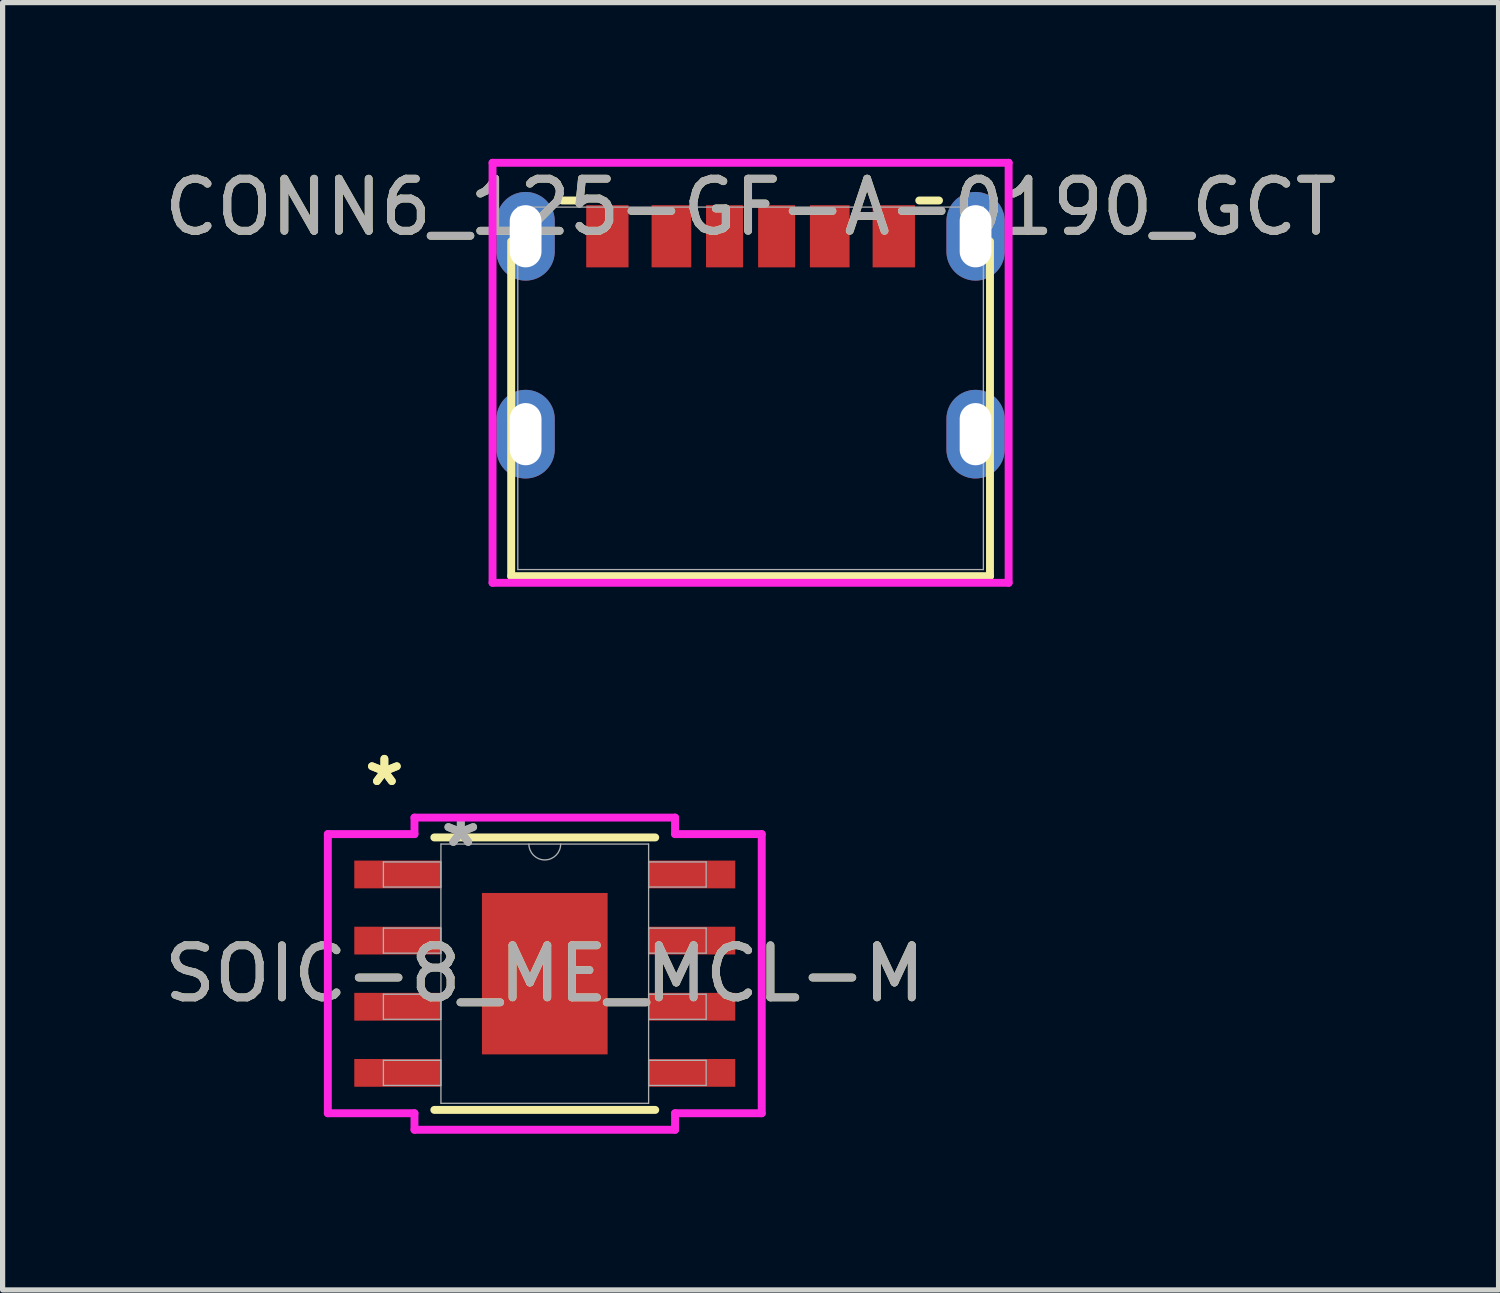
<source format=kicad_pcb>
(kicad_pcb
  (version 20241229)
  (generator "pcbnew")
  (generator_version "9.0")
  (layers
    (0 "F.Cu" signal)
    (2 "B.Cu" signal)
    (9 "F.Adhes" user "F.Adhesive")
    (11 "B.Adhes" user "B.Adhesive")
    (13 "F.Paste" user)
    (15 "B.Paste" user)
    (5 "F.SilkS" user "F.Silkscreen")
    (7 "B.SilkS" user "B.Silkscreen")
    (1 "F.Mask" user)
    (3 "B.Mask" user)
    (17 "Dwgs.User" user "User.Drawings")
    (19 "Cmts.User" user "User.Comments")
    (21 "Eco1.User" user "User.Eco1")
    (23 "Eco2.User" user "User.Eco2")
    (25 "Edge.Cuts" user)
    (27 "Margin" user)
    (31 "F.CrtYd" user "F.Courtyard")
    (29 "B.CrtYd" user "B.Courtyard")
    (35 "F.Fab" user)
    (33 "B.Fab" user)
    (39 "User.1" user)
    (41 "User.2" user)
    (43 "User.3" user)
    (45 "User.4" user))
  (footprint "CONN6_125-GF-A-0190_GCT"
    (layer "F.Cu")
    (at 8.613 1.487)
    (property "Reference" "CONN6_125-GF-A-0190_GCT" (at 2.75 -0.56 0) (unlocked yes) (layer "F.SilkS") (effects (font (size 1 1) (thickness 0.15))))
    (attr smd)
    (fp_line (start -1.847 0.098) (end -1.847 6.527) (stroke (width 0.152) (type solid)) (layer "F.SilkS"))
    (fp_line (start -1.847 6.527) (end 7.347 6.527) (stroke (width 0.152) (type solid)) (layer "F.SilkS"))
    (fp_line (start -0.489 -0.687) (end -0.868 -0.687) (stroke (width 0.152) (type solid)) (layer "F.SilkS"))
    (fp_line (start 6.368 -0.687) (end 5.989 -0.687) (stroke (width 0.152) (type solid)) (layer "F.SilkS"))
    (fp_line (start 7.347 6.527) (end 7.347 0.098) (stroke (width 0.152) (type solid)) (layer "F.SilkS"))
    (fp_line (start -2.205 -1.411) (end -2.205 6.654) (stroke (width 0.152) (type solid)) (layer "F.CrtYd"))
    (fp_line (start -2.205 6.654) (end 7.705 6.654) (stroke (width 0.152) (type solid)) (layer "F.CrtYd"))
    (fp_line (start 7.705 -1.411) (end -2.205 -1.411) (stroke (width 0.152) (type solid)) (layer "F.CrtYd"))
    (fp_line (start 7.705 6.654) (end 7.705 -1.411) (stroke (width 0.152) (type solid)) (layer "F.CrtYd"))
    (fp_line (start -1.72 -0.56) (end -1.72 6.4) (stroke (width 0.025) (type solid)) (layer "F.Fab"))
    (fp_line (start -1.72 6.4) (end 7.22 6.4) (stroke (width 0.025) (type solid)) (layer "F.Fab"))
    (fp_line (start 7.22 -0.56) (end -1.72 -0.56) (stroke (width 0.025) (type solid)) (layer "F.Fab"))
    (fp_line (start 7.22 6.4) (end 7.22 -0.56) (stroke (width 0.025) (type solid)) (layer "F.Fab"))
    (fp_text user "${REFERENCE}" (at 2.75 -0.56 0) (unlocked yes) (layer "F.Fab") (effects (font (size 1 1) (thickness 0.15))))
    (pad "A5" smd rect (at 2.25 0) (size 0.711 1.194) (layers "F.Cu" "F.Mask" "F.Paste"))
    (pad "A9" smd rect (at 4.27 0) (size 0.762 1.194) (layers "F.Cu" "F.Mask" "F.Paste"))
    (pad "A12" smd rect (at 5.5 0) (size 0.813 1.194) (layers "F.Cu" "F.Mask" "F.Paste"))
    (pad "B5" smd rect (at 3.25 0) (size 0.711 1.194) (layers "F.Cu" "F.Mask" "F.Paste"))
    (pad "B9" smd rect (at 1.23 0) (size 0.762 1.194) (layers "F.Cu" "F.Mask" "F.Paste"))
    (pad "B12" smd rect (at 0 0) (size 0.813 1.194) (layers "F.Cu" "F.Mask" "F.Paste"))
    (pad "S1" thru_hole oval (at -1.57 0 90) (size 1.702 1.118) (drill oval 1.194 0.61) (layers "*.Cu" "*.Mask"))
    (pad "S1" thru_hole oval (at -1.57 3.8 90) (size 1.702 1.118) (drill oval 1.194 0.61) (layers "*.Cu" "*.Mask"))
    (pad "S1" thru_hole oval (at 7.07 0 90) (size 1.702 1.118) (drill oval 1.194 0.61) (layers "*.Cu" "*.Mask"))
    (pad "S1" thru_hole oval (at 7.07 3.8 90) (size 1.702 1.118) (drill oval 1.194 0.61) (layers "*.Cu" "*.Mask")))
  (footprint "SOIC-8_ME_MCL-M"
    (layer "F.Cu")
    (at 7.411 15.647)
    (property "Reference" "SOIC-8_ME_MCL-M" (at 0 0 0) (unlocked yes) (layer "F.SilkS") (effects (font (size 1 1) (thickness 0.15))))
    (attr smd)
    (fp_line (start -2.121 2.616) (end 2.121 2.616) (stroke (width 0.152) (type solid)) (layer "F.SilkS"))
    (fp_line (start 2.121 -2.616) (end -2.121 -2.616) (stroke (width 0.152) (type solid)) (layer "F.SilkS"))
    (fp_poly (pts (xy -1.107 -1.449) (xy -1.107 -0.1) (xy 1.107 -0.1) (xy 1.107 -1.449)) (stroke (width 0) (type solid)) (fill yes) (layer "F.Paste"))
    (fp_poly (pts (xy -1.107 0.1) (xy -1.107 1.449) (xy 1.107 1.449) (xy 1.107 0.1)) (stroke (width 0) (type solid)) (fill yes) (layer "F.Paste"))
    (fp_line (start -4.166 -2.68) (end -2.502 -2.68) (stroke (width 0.152) (type solid)) (layer "F.CrtYd"))
    (fp_line (start -4.166 2.68) (end -4.166 -2.68) (stroke (width 0.152) (type solid)) (layer "F.CrtYd"))
    (fp_line (start -4.166 2.68) (end -2.502 2.68) (stroke (width 0.152) (type solid)) (layer "F.CrtYd"))
    (fp_line (start -2.502 -2.997) (end 2.502 -2.997) (stroke (width 0.152) (type solid)) (layer "F.CrtYd"))
    (fp_line (start -2.502 -2.68) (end -2.502 -2.997) (stroke (width 0.152) (type solid)) (layer "F.CrtYd"))
    (fp_line (start -2.502 2.997) (end -2.502 2.68) (stroke (width 0.152) (type solid)) (layer "F.CrtYd"))
    (fp_line (start 2.502 -2.997) (end 2.502 -2.68) (stroke (width 0.152) (type solid)) (layer "F.CrtYd"))
    (fp_line (start 2.502 2.68) (end 2.502 2.997) (stroke (width 0.152) (type solid)) (layer "F.CrtYd"))
    (fp_line (start 2.502 2.997) (end -2.502 2.997) (stroke (width 0.152) (type solid)) (layer "F.CrtYd"))
    (fp_line (start 4.166 -2.68) (end 2.502 -2.68) (stroke (width 0.152) (type solid)) (layer "F.CrtYd"))
    (fp_line (start 4.166 -2.68) (end 4.166 2.68) (stroke (width 0.152) (type solid)) (layer "F.CrtYd"))
    (fp_line (start 4.166 2.68) (end 2.502 2.68) (stroke (width 0.152) (type solid)) (layer "F.CrtYd"))
    (fp_line (start -3.099 -2.146) (end -3.099 -1.664) (stroke (width 0.025) (type solid)) (layer "F.Fab"))
    (fp_line (start -3.099 -1.664) (end -1.994 -1.664) (stroke (width 0.025) (type solid)) (layer "F.Fab"))
    (fp_line (start -3.099 -0.876) (end -3.099 -0.394) (stroke (width 0.025) (type solid)) (layer "F.Fab"))
    (fp_line (start -3.099 -0.394) (end -1.994 -0.394) (stroke (width 0.025) (type solid)) (layer "F.Fab"))
    (fp_line (start -3.099 0.394) (end -3.099 0.876) (stroke (width 0.025) (type solid)) (layer "F.Fab"))
    (fp_line (start -3.099 0.876) (end -1.994 0.876) (stroke (width 0.025) (type solid)) (layer "F.Fab"))
    (fp_line (start -3.099 1.664) (end -3.099 2.146) (stroke (width 0.025) (type solid)) (layer "F.Fab"))
    (fp_line (start -3.099 2.146) (end -1.994 2.146) (stroke (width 0.025) (type solid)) (layer "F.Fab"))
    (fp_line (start -1.994 -2.489) (end -1.994 2.489) (stroke (width 0.025) (type solid)) (layer "F.Fab"))
    (fp_line (start -1.994 -2.146) (end -3.099 -2.146) (stroke (width 0.025) (type solid)) (layer "F.Fab"))
    (fp_line (start -1.994 -1.664) (end -1.994 -2.146) (stroke (width 0.025) (type solid)) (layer "F.Fab"))
    (fp_line (start -1.994 -0.876) (end -3.099 -0.876) (stroke (width 0.025) (type solid)) (layer "F.Fab"))
    (fp_line (start -1.994 -0.394) (end -1.994 -0.876) (stroke (width 0.025) (type solid)) (layer "F.Fab"))
    (fp_line (start -1.994 0.394) (end -3.099 0.394) (stroke (width 0.025) (type solid)) (layer "F.Fab"))
    (fp_line (start -1.994 0.876) (end -1.994 0.394) (stroke (width 0.025) (type solid)) (layer "F.Fab"))
    (fp_line (start -1.994 1.664) (end -3.099 1.664) (stroke (width 0.025) (type solid)) (layer "F.Fab"))
    (fp_line (start -1.994 2.146) (end -1.994 1.664) (stroke (width 0.025) (type solid)) (layer "F.Fab"))
    (fp_line (start -1.994 2.489) (end 1.994 2.489) (stroke (width 0.025) (type solid)) (layer "F.Fab"))
    (fp_line (start 1.994 -2.489) (end -1.994 -2.489) (stroke (width 0.025) (type solid)) (layer "F.Fab"))
    (fp_line (start 1.994 -2.146) (end 1.994 -1.664) (stroke (width 0.025) (type solid)) (layer "F.Fab"))
    (fp_line (start 1.994 -1.664) (end 3.099 -1.664) (stroke (width 0.025) (type solid)) (layer "F.Fab"))
    (fp_line (start 1.994 -0.876) (end 1.994 -0.394) (stroke (width 0.025) (type solid)) (layer "F.Fab"))
    (fp_line (start 1.994 -0.394) (end 3.099 -0.394) (stroke (width 0.025) (type solid)) (layer "F.Fab"))
    (fp_line (start 1.994 0.394) (end 1.994 0.876) (stroke (width 0.025) (type solid)) (layer "F.Fab"))
    (fp_line (start 1.994 0.876) (end 3.099 0.876) (stroke (width 0.025) (type solid)) (layer "F.Fab"))
    (fp_line (start 1.994 1.664) (end 1.994 2.146) (stroke (width 0.025) (type solid)) (layer "F.Fab"))
    (fp_line (start 1.994 2.146) (end 3.099 2.146) (stroke (width 0.025) (type solid)) (layer "F.Fab"))
    (fp_line (start 1.994 2.489) (end 1.994 -2.489) (stroke (width 0.025) (type solid)) (layer "F.Fab"))
    (fp_line (start 3.099 -2.146) (end 1.994 -2.146) (stroke (width 0.025) (type solid)) (layer "F.Fab"))
    (fp_line (start 3.099 -1.664) (end 3.099 -2.146) (stroke (width 0.025) (type solid)) (layer "F.Fab"))
    (fp_line (start 3.099 -0.876) (end 1.994 -0.876) (stroke (width 0.025) (type solid)) (layer "F.Fab"))
    (fp_line (start 3.099 -0.394) (end 3.099 -0.876) (stroke (width 0.025) (type solid)) (layer "F.Fab"))
    (fp_line (start 3.099 0.394) (end 1.994 0.394) (stroke (width 0.025) (type solid)) (layer "F.Fab"))
    (fp_line (start 3.099 0.876) (end 3.099 0.394) (stroke (width 0.025) (type solid)) (layer "F.Fab"))
    (fp_line (start 3.099 1.664) (end 1.994 1.664) (stroke (width 0.025) (type solid)) (layer "F.Fab"))
    (fp_line (start 3.099 2.146) (end 3.099 1.664) (stroke (width 0.025) (type solid)) (layer "F.Fab"))
    (fp_arc (start 0.3048 -2.4892) (mid 0 -2.1844) (end -0.3048 -2.4892) (stroke (width 0.0254) (type solid)) (layer "F.Fab"))
    (fp_text user "*" (at -3.08 -3.581 0) (layer "F.SilkS") (effects (font (size 1 1) (thickness 0.15))))
    (fp_text user "*" (at -3.08 -3.581 0) (unlocked yes) (layer "F.SilkS") (effects (font (size 1 1) (thickness 0.15))))
    (fp_text user "*" (at -1.613 -2.413 0) (unlocked yes) (layer "F.Fab") (effects (font (size 1 1) (thickness 0.15))))
    (fp_text user "${REFERENCE}" (at 0 0 0) (unlocked yes) (layer "F.Fab") (effects (font (size 1 1) (thickness 0.15))))
    (fp_text user "*" (at -1.613 -2.413 0) (layer "F.Fab") (effects (font (size 1 1) (thickness 0.15))))
    (pad "1" smd rect (at -2.826 -1.905) (size 1.664 0.533) (layers "F.Cu" "F.Mask" "F.Paste"))
    (pad "2" smd rect (at -2.826 -0.635) (size 1.664 0.533) (layers "F.Cu" "F.Mask" "F.Paste"))
    (pad "3" smd rect (at -2.826 0.635) (size 1.664 0.533) (layers "F.Cu" "F.Mask" "F.Paste"))
    (pad "4" smd rect (at -2.826 1.905) (size 1.664 0.533) (layers "F.Cu" "F.Mask" "F.Paste"))
    (pad "5" smd rect (at 2.826 1.905) (size 1.664 0.533) (layers "F.Cu" "F.Mask" "F.Paste"))
    (pad "6" smd rect (at 2.826 0.635) (size 1.664 0.533) (layers "F.Cu" "F.Mask" "F.Paste"))
    (pad "7" smd rect (at 2.826 -0.635) (size 1.664 0.533) (layers "F.Cu" "F.Mask" "F.Paste"))
    (pad "8" smd rect (at 2.826 -1.905) (size 1.664 0.533) (layers "F.Cu" "F.Mask" "F.Paste"))
    (pad "EPAD" smd rect (at 0 0) (size 2.413 3.099) (layers "F.Cu" "F.Mask")))
  (gr_rect
    (start -3 -3)
    (end 25.726 21.72)
    (stroke (width 0.1) (type default))
    (fill no)
    (layer "Edge.Cuts")))
</source>
